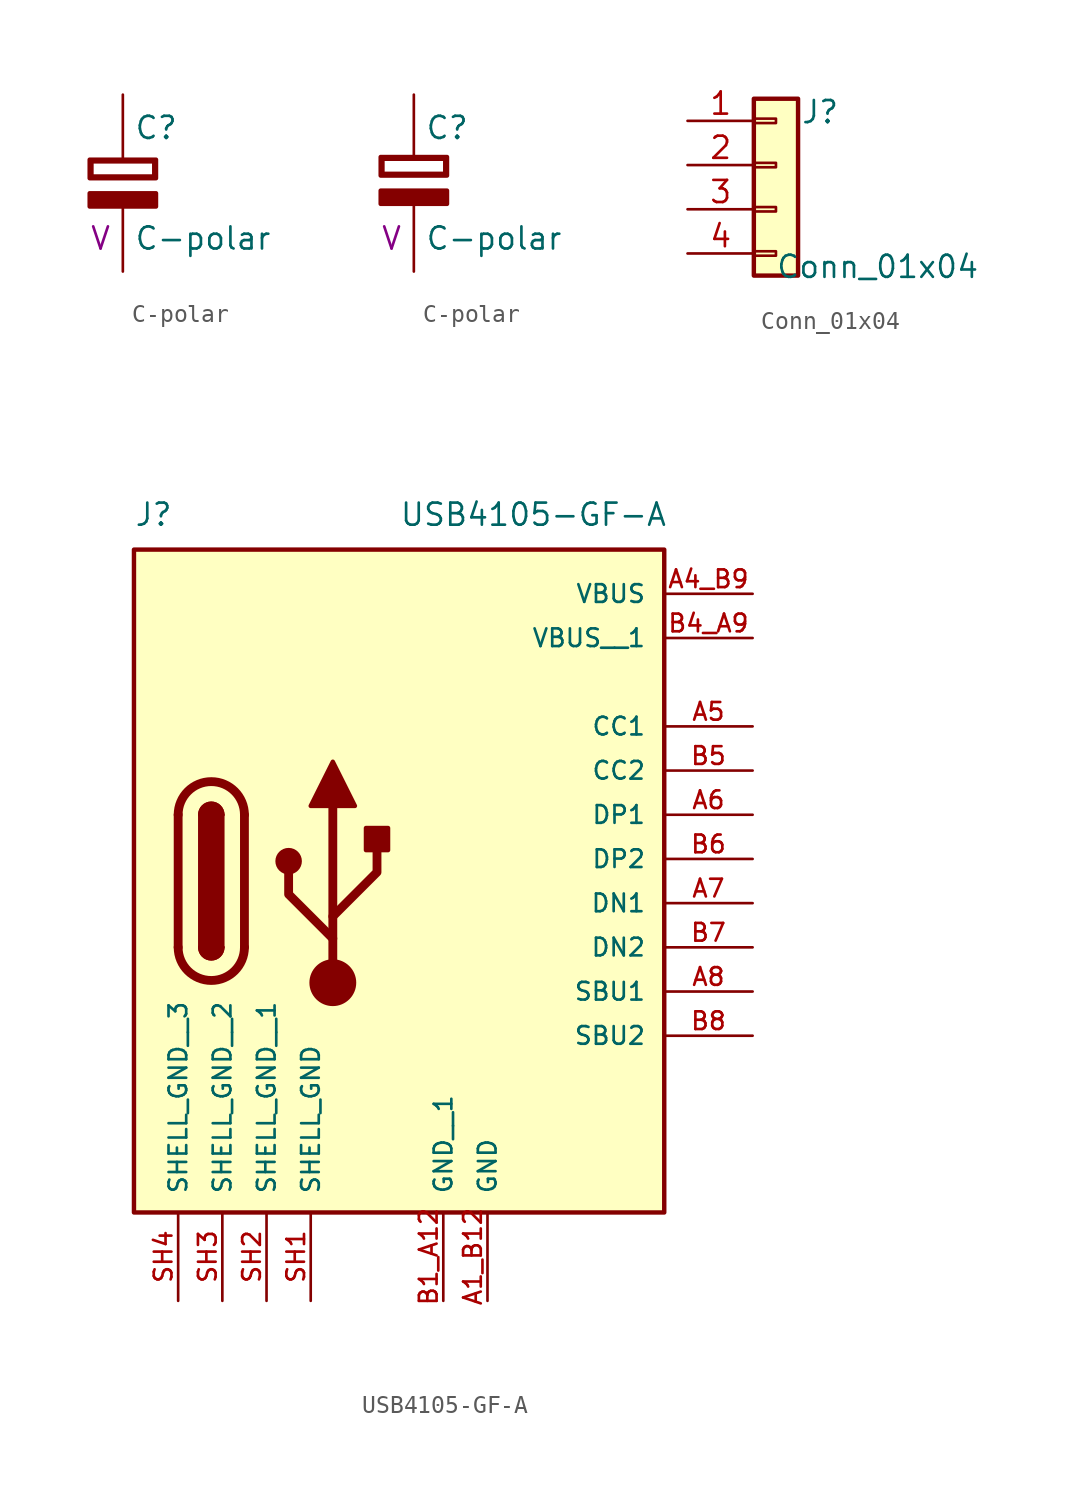
<source format=kicad_sym>
(kicad_symbol_lib
  (version 20241209)
  (generator "kicad_symbol_editor")
  (generator_version "9.0")
  (symbol "C-polar"
    (pin_numbers
      (hide yes))
    (pin_names
      (offset 0)
      (hide yes))
    (property "Reference" "C"
      (at 0.635 3.175 0)
      (effects (font (size 1.27 1.27)) (justify left)))
    (property "Value" "C-polar"
      (at 0.635 -3.175 0)
      (effects (font (size 1.27 1.27)) (justify left)))
    (property "Rating" "V"
      (at -0.635 -3.175 0)
      (effects (font (size 1.27 1.27)) (justify right)))
    (symbol "C-polar_1_1"
      (polyline (pts (xy -1.905 0.279) (xy 1.905 0.279) (xy 1.905 1.346) (xy -1.905 1.346) (xy -1.905 0.279) (xy -1.803 0.381) (xy -1.803 1.245) (xy 1.803 1.245) (xy 1.803 0.381) (xy -1.803 0.381) (xy -1.905 0.279)) (stroke (width 0.254) (type default)) (fill (type outline)))
      (rectangle (start -1.905 -0.584) (end 1.905 -1.346) (stroke (width 0.254) (type default)) (fill (type outline)))
      (pin passive line (at 0 5.08 270) (length 3.734) (name "+" (effects (font (size 1.27 1.27)))) (number "1" (effects (font (size 1.27 1.27)))))
      (pin passive line (at 0 -5.08 90) (length 3.734) (name "-" (effects (font (size 1.27 1.27)))) (number "2" (effects (font (size 1.27 1.27))))))
    (symbol "C-polar_1_2"
      (polyline (pts (xy -1.905 0.432) (xy 1.905 0.432) (xy 1.905 1.499) (xy -1.905 1.499) (xy -1.905 0.432) (xy -1.803 0.533) (xy -1.803 1.397) (xy 1.803 1.397) (xy 1.803 0.533) (xy -1.803 0.533) (xy -1.905 0.432)) (stroke (width 0.254) (type default)) (fill (type outline)))
      (rectangle (start -1.905 -0.432) (end 1.905 -1.194) (stroke (width 0.254) (type default)) (fill (type outline)))
      (pin passive line (at 0 5.08 270) (length 3.581) (name "+" (effects (font (size 1.27 1.27)))) (number "1" (effects (font (size 1.27 1.27)))))
      (pin passive line (at 0 -5.08 90) (length 3.886) (name "-" (effects (font (size 1.27 1.27)))) (number "2" (effects (font (size 1.27 1.27)))))))
  (symbol "Conn_01x04"
    (pin_names
      (offset 1.016)
      (hide yes))
    (property "Reference" "J"
      (at 2.54 3.048 0)
      (effects (font (size 1.27 1.27))))
    (property "Value" "Conn_01x04"
      (at 5.842 -5.842 0)
      (effects (font (size 1.27 1.27))))
    (symbol "Conn_01x04_1_1"
      (rectangle (start -1.27 3.81) (end 1.27 -6.35) (stroke (width 0.254) (type default)) (fill (type background)))
      (rectangle (start -1.27 2.667) (end 0 2.413) (stroke (width 0.152) (type default)) (fill (type none)))
      (rectangle (start -1.27 0.127) (end 0 -0.127) (stroke (width 0.152) (type default)) (fill (type none)))
      (rectangle (start -1.27 -2.413) (end 0 -2.667) (stroke (width 0.152) (type default)) (fill (type none)))
      (rectangle (start -1.27 -4.953) (end 0 -5.207) (stroke (width 0.152) (type default)) (fill (type none)))
      (pin passive line (at -5.08 2.54 0) (length 3.81) (name "Pin_1" (effects (font (size 1.27 1.27)))) (number "1" (effects (font (size 1.27 1.27)))))
      (pin passive line (at -5.08 0 0) (length 3.81) (name "Pin_2" (effects (font (size 1.27 1.27)))) (number "2" (effects (font (size 1.27 1.27)))))
      (pin passive line (at -5.08 -2.54 0) (length 3.81) (name "Pin_3" (effects (font (size 1.27 1.27)))) (number "3" (effects (font (size 1.27 1.27)))))
      (pin passive line (at -5.08 -5.08 0) (length 3.81) (name "Pin_4" (effects (font (size 1.27 1.27)))) (number "4" (effects (font (size 1.27 1.27)))))))
  (symbol "USB4105-GF-A"
    (pin_names
      (offset 1.016))
    (property "Reference" "J"
      (at -15.24 13.97 0)
      (effects (font (size 1.27 1.27)) (justify left bottom)))
    (property "Value" "USB4105-GF-A"
      (at 0 13.97 0)
      (effects (font (size 1.27 1.27)) (justify left bottom)))
    (symbol "USB4105-GF-A_0_0"
      (rectangle (start -15.24 12.7) (end 15.24 -25.4) (stroke (width 0.254) (type default)) (fill (type background)))
      (pin power_in line (at -12.7 -30.48 90) (length 5.08) (name "SHELL_GND__3" (effects (font (size 1.016 1.016)))) (number "SH4" (effects (font (size 1.016 1.016)))))
      (pin power_in line (at -10.16 -30.48 90) (length 5.08) (name "SHELL_GND__2" (effects (font (size 1.016 1.016)))) (number "SH3" (effects (font (size 1.016 1.016)))))
      (pin power_in line (at -7.62 -30.48 90) (length 5.08) (name "SHELL_GND__1" (effects (font (size 1.016 1.016)))) (number "SH2" (effects (font (size 1.016 1.016)))))
      (pin power_in line (at -5.08 -30.48 90) (length 5.08) (name "SHELL_GND" (effects (font (size 1.016 1.016)))) (number "SH1" (effects (font (size 1.016 1.016)))))
      (pin power_in line (at 2.54 -30.48 90) (length 5.08) (name "GND__1" (effects (font (size 1.016 1.016)))) (number "B1_A12" (effects (font (size 1.016 1.016)))))
      (pin power_in line (at 5.08 -30.48 90) (length 5.08) (name "GND" (effects (font (size 1.016 1.016)))) (number "A1_B12" (effects (font (size 1.016 1.016)))))
      (pin power_in line (at 20.32 10.16 180) (length 5.08) (name "VBUS" (effects (font (size 1.016 1.016)))) (number "A4_B9" (effects (font (size 1.016 1.016)))))
      (pin power_in line (at 20.32 7.62 180) (length 5.08) (name "VBUS__1" (effects (font (size 1.016 1.016)))) (number "B4_A9" (effects (font (size 1.016 1.016)))))
      (pin bidirectional line (at 20.32 2.54 180) (length 5.08) (name "CC1" (effects (font (size 1.016 1.016)))) (number "A5" (effects (font (size 1.016 1.016)))))
      (pin bidirectional line (at 20.32 0 180) (length 5.08) (name "CC2" (effects (font (size 1.016 1.016)))) (number "B5" (effects (font (size 1.016 1.016)))))
      (pin bidirectional line (at 20.32 -2.54 180) (length 5.08) (name "DP1" (effects (font (size 1.016 1.016)))) (number "A6" (effects (font (size 1.016 1.016)))))
      (pin bidirectional line (at 20.32 -5.08 180) (length 5.08) (name "DP2" (effects (font (size 1.016 1.016)))) (number "B6" (effects (font (size 1.016 1.016)))))
      (pin bidirectional line (at 20.32 -7.62 180) (length 5.08) (name "DN1" (effects (font (size 1.016 1.016)))) (number "A7" (effects (font (size 1.016 1.016)))))
      (pin bidirectional line (at 20.32 -10.16 180) (length 5.08) (name "DN2" (effects (font (size 1.016 1.016)))) (number "B7" (effects (font (size 1.016 1.016)))))
      (pin bidirectional line (at 20.32 -12.7 180) (length 5.08) (name "SBU1" (effects (font (size 1.016 1.016)))) (number "A8" (effects (font (size 1.016 1.016)))))
      (pin bidirectional line (at 20.32 -15.24 180) (length 5.08) (name "SBU2" (effects (font (size 1.016 1.016)))) (number "B8" (effects (font (size 1.016 1.016))))))
    (symbol "USB4105-GF-A_0_1"
      (polyline (pts (xy -12.7 -10.16) (xy -12.7 -2.54)) (stroke (width 0.508) (type default)) (fill (type none)))
      (rectangle (start -11.43 -10.16) (end -10.16 -2.54) (stroke (width 0.254) (type default)) (fill (type outline)))
      (arc (start -11.43 -2.54) (mid -10.795 -1.9077) (end -10.16 -2.54) (stroke (width 0.254) (type default)) (fill (type none)))
      (arc (start -11.43 -2.54) (mid -10.795 -1.9077) (end -10.16 -2.54) (stroke (width 0.254) (type default)) (fill (type outline)))
      (arc (start -12.7 -2.54) (mid -10.795 -0.6433) (end -8.89 -2.54) (stroke (width 0.508) (type default)) (fill (type none)))
      (arc (start -8.89 -10.16) (mid -10.795 -12.0567) (end -12.7 -10.16) (stroke (width 0.508) (type default)) (fill (type none)))
      (arc (start -10.16 -10.16) (mid -10.795 -10.7923) (end -11.43 -10.16) (stroke (width 0.254) (type default)) (fill (type none)))
      (arc (start -10.16 -10.16) (mid -10.795 -10.7923) (end -11.43 -10.16) (stroke (width 0.254) (type default)) (fill (type outline)))
      (polyline (pts (xy -8.89 -2.54) (xy -8.89 -10.16)) (stroke (width 0.508) (type default)) (fill (type none)))
      (circle (center -6.35 -5.207) (radius 0.635) (stroke (width 0.254) (type default)) (fill (type outline)))
      (polyline (pts (xy -5.08 -2.032) (xy -3.81 0.508) (xy -2.54 -2.032) (xy -5.08 -2.032)) (stroke (width 0.254) (type default)) (fill (type outline)))
      (polyline (pts (xy -3.81 -8.382) (xy -1.27 -5.842) (xy -1.27 -4.572)) (stroke (width 0.508) (type default)) (fill (type none)))
      (polyline (pts (xy -3.81 -9.652) (xy -6.35 -7.112) (xy -6.35 -5.842)) (stroke (width 0.508) (type default)) (fill (type none)))
      (circle (center -3.81 -12.192) (radius 1.27) (stroke (width 0) (type default)) (fill (type outline)))
      (polyline (pts (xy -3.81 -12.192) (xy -3.81 -2.032)) (stroke (width 0.508) (type default)) (fill (type none)))
      (rectangle (start -1.905 -4.572) (end -0.635 -3.302) (stroke (width 0.254) (type default)) (fill (type outline))))))
</source>
